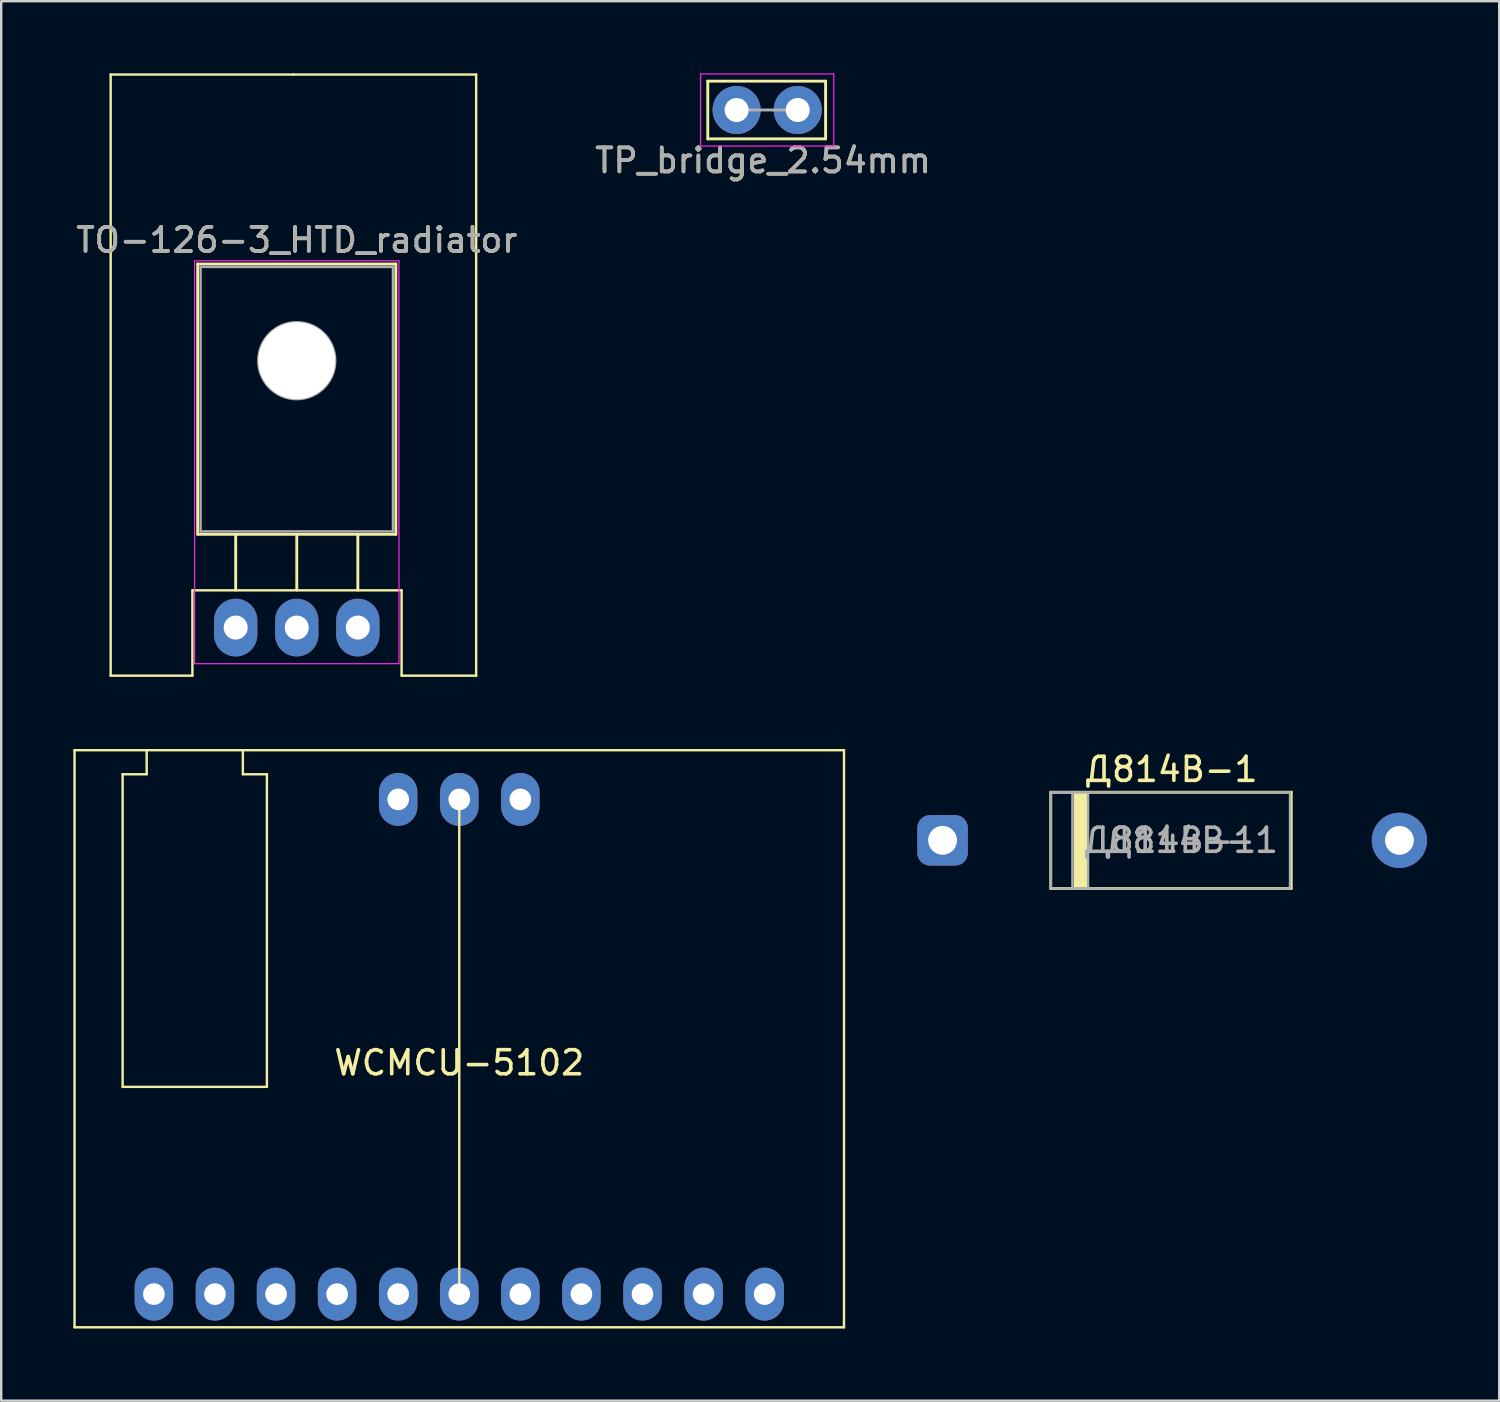
<source format=kicad_pcb>
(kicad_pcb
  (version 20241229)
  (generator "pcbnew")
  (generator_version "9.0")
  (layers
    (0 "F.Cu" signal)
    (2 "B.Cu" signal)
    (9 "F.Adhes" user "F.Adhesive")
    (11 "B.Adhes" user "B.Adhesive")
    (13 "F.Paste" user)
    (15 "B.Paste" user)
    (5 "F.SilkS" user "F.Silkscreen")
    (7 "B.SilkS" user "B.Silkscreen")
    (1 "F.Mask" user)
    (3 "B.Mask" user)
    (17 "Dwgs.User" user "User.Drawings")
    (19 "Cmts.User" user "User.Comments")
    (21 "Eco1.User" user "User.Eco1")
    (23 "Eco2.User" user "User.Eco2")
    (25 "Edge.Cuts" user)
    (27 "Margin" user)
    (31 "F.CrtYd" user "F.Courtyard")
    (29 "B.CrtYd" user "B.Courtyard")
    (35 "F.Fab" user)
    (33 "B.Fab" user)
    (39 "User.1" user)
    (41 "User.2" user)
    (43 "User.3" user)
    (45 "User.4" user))
  (footprint "Д814В-1"
    (layer "F.Cu")
    (at 45.65 31.898)
    (property "Reference" "Д814В-1" (at 0 -2.95 0) (layer "F.SilkS") (effects (font (size 1 1) (thickness 0.15))))
    (property "Value" "Д814В-1" (at 0 3.1 0) (layer "F.SilkS") (hide yes) (effects (font (size 1 1) (thickness 0.15))))
    (attr through_hole)
    (fp_line (start -5 2) (end -5 -2) (stroke (width 0.12) (type solid)) (layer "F.SilkS"))
    (fp_line (start -5 2) (end 5 2) (stroke (width 0.12) (type solid)) (layer "F.SilkS"))
    (fp_line (start 5 -2) (end -5 -2) (stroke (width 0.12) (type solid)) (layer "F.SilkS"))
    (fp_line (start 5 2) (end 5 -2) (stroke (width 0.12) (type solid)) (layer "F.SilkS"))
    (fp_rect (start -4 -2) (end -3.5 2) (stroke (width 0.1) (type solid)) (fill yes) (layer "F.SilkS"))
    (fp_line (start -5 -2) (end -5 2) (stroke (width 0.1) (type default)) (layer "F.Fab"))
    (fp_line (start -5 2) (end 4.95 2) (stroke (width 0.1) (type default)) (layer "F.Fab"))
    (fp_line (start -4.1 -2) (end -5 -2) (stroke (width 0.1) (type default)) (layer "F.Fab"))
    (fp_line (start 4.95 -2) (end -5 -2) (stroke (width 0.1) (type default)) (layer "F.Fab"))
    (fp_line (start 4.95 2) (end 4.95 -2) (stroke (width 0.1) (type default)) (layer "F.Fab"))
    (fp_rect (start -4.1 -2) (end -3.45 2) (stroke (width 0.1) (type solid)) (fill no) (layer "F.Fab"))
    (fp_text user "${REFERENCE}" (at 0.85 0 0) (layer "F.Fab") (effects (font (size 1 1) (thickness 0.15))))
    (fp_text user "${VALUE}" (at -0.05 0 0) (layer "F.Fab") (effects (font (size 1 1) (thickness 0.15))))
    (pad "1" thru_hole roundrect (at -9.5 0) (size 2.1 2.1) (drill 1.2) (layers "*.Cu" "*.Mask") (roundrect_rratio 0.25))
    (pad "2" thru_hole oval (at 9.5 0) (size 2.3 2.3) (drill 1.2) (layers "*.Cu" "*.Mask")))
  (footprint "TP_bridge_2.54mm"
    (layer "F.Cu")
    (at 27.585 1.525)
    (property "Reference" "TP_bridge_2.54mm" (at 1.1 2.1 0) (layer "F.SilkS") (effects (font (size 1 1) (thickness 0.15))))
    (attr through_hole)
    (fp_line (start -1.2 -1.2) (end -1.2 1.2) (stroke (width 0.12) (type solid)) (layer "F.SilkS"))
    (fp_line (start -1.2 1.2) (end 3.7 1.2) (stroke (width 0.12) (type solid)) (layer "F.SilkS"))
    (fp_line (start 3.7 -1.2) (end -1.2 -1.2) (stroke (width 0.12) (type solid)) (layer "F.SilkS"))
    (fp_line (start 3.7 1.2) (end 3.7 -1.2) (stroke (width 0.12) (type solid)) (layer "F.SilkS"))
    (fp_line (start -1.5 -1.5) (end -1.5 1.5) (stroke (width 0.05) (type solid)) (layer "F.CrtYd"))
    (fp_line (start -1.5 -1.5) (end 4.04 -1.5) (stroke (width 0.05) (type solid)) (layer "F.CrtYd"))
    (fp_line (start 4.04 1.5) (end -1.5 1.5) (stroke (width 0.05) (type solid)) (layer "F.CrtYd"))
    (fp_line (start 4.04 1.5) (end 4.04 -1.5) (stroke (width 0.05) (type solid)) (layer "F.CrtYd"))
    (fp_line (start 2.54 0) (end 0 0) (stroke (width 0.12) (type solid)) (layer "F.Fab"))
    (fp_text user "${REFERENCE}" (at 1.1 2.1 0) (layer "F.Fab") (effects (font (size 1 1) (thickness 0.15))))
    (pad "1" thru_hole circle (at 0 0) (size 2 2) (drill 1) (layers "*.Cu" "*.Mask"))
    (pad "1" thru_hole circle (at 2.54 0) (size 2 2) (drill 1) (layers "*.Cu" "*.Mask")))
  (footprint "WCMCU-5102"
    (layer "F.Cu")
    (at 16.05 43.15)
    (property "Reference" "WCMCU-5102" (at 0 -2 180) (layer "F.SilkS") (effects (font (size 1 1) (thickness 0.15))))
    (attr through_hole)
    (fp_line (start -16 -15) (end -16 9) (stroke (width 0.1) (type default)) (layer "F.SilkS"))
    (fp_line (start -14 -14) (end -14 -1) (stroke (width 0.1) (type default)) (layer "F.SilkS"))
    (fp_line (start -14 -14) (end -13 -14) (stroke (width 0.1) (type default)) (layer "F.SilkS"))
    (fp_line (start -14 -1) (end -8 -1) (stroke (width 0.1) (type default)) (layer "F.SilkS"))
    (fp_line (start -13 -14) (end -13 -15) (stroke (width 0.1) (type default)) (layer "F.SilkS"))
    (fp_line (start -9 -14) (end -9 -15) (stroke (width 0.1) (type default)) (layer "F.SilkS"))
    (fp_line (start -8 -14) (end -9 -14) (stroke (width 0.1) (type default)) (layer "F.SilkS"))
    (fp_line (start -8 -1) (end -8 -14) (stroke (width 0.1) (type default)) (layer "F.SilkS"))
    (fp_line (start 0 7.366) (end 0 -12.954) (stroke (width 0.1) (type default)) (layer "F.SilkS"))
    (fp_line (start 16 -15) (end -16 -15) (stroke (width 0.1) (type default)) (layer "F.SilkS"))
    (fp_line (start 16 9) (end -16 9) (stroke (width 0.1) (type default)) (layer "F.SilkS"))
    (fp_line (start 16 9) (end 16 -15) (stroke (width 0.1) (type default)) (layer "F.SilkS"))
    (pad "1" thru_hole oval (at -12.7 7.62) (size 1.6 2.2) (drill 0.9) (layers "*.Cu" "*.Mask"))
    (pad "2" thru_hole oval (at -10.16 7.62) (size 1.6 2.2) (drill 0.9) (layers "*.Cu" "*.Mask"))
    (pad "3" thru_hole oval (at -7.62 7.62) (size 1.6 2.2) (drill 0.9) (layers "*.Cu" "*.Mask"))
    (pad "4" thru_hole oval (at -5.08 7.62) (size 1.6 2.2) (drill 0.9) (layers "*.Cu" "*.Mask"))
    (pad "5" thru_hole oval (at -2.54 7.62) (size 1.6 2.2) (drill 0.9) (layers "*.Cu" "*.Mask"))
    (pad "6" thru_hole oval (at 0 7.62) (size 1.6 2.2) (drill 0.9) (layers "*.Cu" "*.Mask"))
    (pad "7" thru_hole oval (at 2.54 7.62) (size 1.6 2.2) (drill 0.9) (layers "*.Cu" "*.Mask"))
    (pad "8" thru_hole oval (at 5.08 7.62) (size 1.6 2.2) (drill 0.9) (layers "*.Cu" "*.Mask"))
    (pad "9" thru_hole oval (at 7.62 7.62) (size 1.6 2.2) (drill 0.9) (layers "*.Cu" "*.Mask"))
    (pad "10" thru_hole oval (at 10.16 7.62) (size 1.6 2.2) (drill 0.9) (layers "*.Cu" "*.Mask"))
    (pad "11" thru_hole oval (at 12.7 7.62) (size 1.6 2.2) (drill 0.9) (layers "*.Cu" "*.Mask"))
    (pad "12" thru_hole oval (at 2.54 -12.954) (size 1.6 2.2) (drill 0.9) (layers "*.Cu" "*.Mask"))
    (pad "13" thru_hole oval (at 0 -12.954) (size 1.6 2.2) (drill 0.9) (layers "*.Cu" "*.Mask"))
    (pad "14" thru_hole oval (at -2.54 -12.954) (size 1.6 2.2) (drill 0.9) (layers "*.Cu" "*.Mask")))
  (footprint "TO-126-3_HTD_radiator"
    (layer "F.Cu")
    (at 6.752 23.05)
    (property "Reference" "TO-126-3_HTD_radiator" (at 2.54 -16.12 0) (layer "F.SilkS") (effects (font (size 1 1) (thickness 0.15))))
    (attr through_hole)
    (fp_line (start -5.2 -23) (end -5.2 2) (stroke (width 0.1) (type default)) (layer "F.SilkS"))
    (fp_line (start -5.2 -23) (end 2.4 -23) (stroke (width 0.1) (type default)) (layer "F.SilkS"))
    (fp_line (start -1.8 -1.55) (end -1.8 2) (stroke (width 0.1) (type default)) (layer "F.SilkS"))
    (fp_line (start -1.8 2) (end -5.2 2) (stroke (width 0.1) (type default)) (layer "F.SilkS"))
    (fp_line (start -1.58 -15.12) (end -1.58 -3.88) (stroke (width 0.12) (type solid)) (layer "F.SilkS"))
    (fp_line (start -1.58 -15.12) (end 6.66 -15.12) (stroke (width 0.12) (type solid)) (layer "F.SilkS"))
    (fp_line (start -1.58 -3.88) (end 6.66 -3.88) (stroke (width 0.12) (type solid)) (layer "F.SilkS"))
    (fp_line (start 0 -3.88) (end 0 -1.56) (stroke (width 0.12) (type solid)) (layer "F.SilkS"))
    (fp_line (start 2.4 -23) (end 10 -23) (stroke (width 0.1) (type default)) (layer "F.SilkS"))
    (fp_line (start 2.54 -3.88) (end 2.54 -1.56) (stroke (width 0.12) (type solid)) (layer "F.SilkS"))
    (fp_line (start 5.08 -3.88) (end 5.08 -1.56) (stroke (width 0.12) (type solid)) (layer "F.SilkS"))
    (fp_line (start 6.66 -15.12) (end 6.66 -3.88) (stroke (width 0.12) (type solid)) (layer "F.SilkS"))
    (fp_line (start 6.9 -1.55) (end -1.8 -1.55) (stroke (width 0.1) (type default)) (layer "F.SilkS"))
    (fp_line (start 6.9 2) (end 6.9 -1.55) (stroke (width 0.1) (type default)) (layer "F.SilkS"))
    (fp_line (start 10 -23) (end 10 2) (stroke (width 0.1) (type default)) (layer "F.SilkS"))
    (fp_line (start 10 2) (end 6.9 2) (stroke (width 0.1) (type default)) (layer "F.SilkS"))
    (fp_line (start -1.71 -15.25) (end -1.71 1.5) (stroke (width 0.05) (type solid)) (layer "F.CrtYd"))
    (fp_line (start -1.71 1.5) (end 6.79 1.5) (stroke (width 0.05) (type solid)) (layer "F.CrtYd"))
    (fp_line (start 6.79 -15.25) (end -1.71 -15.25) (stroke (width 0.05) (type solid)) (layer "F.CrtYd"))
    (fp_line (start 6.79 1.5) (end 6.79 -15.25) (stroke (width 0.05) (type solid)) (layer "F.CrtYd"))
    (fp_line (start -1.46 -15) (end 6.54 -15) (stroke (width 0.1) (type solid)) (layer "F.Fab"))
    (fp_line (start -1.46 -4) (end -1.46 -15) (stroke (width 0.1) (type solid)) (layer "F.Fab"))
    (fp_line (start 6.54 -15) (end 6.54 -4) (stroke (width 0.1) (type solid)) (layer "F.Fab"))
    (fp_line (start 6.54 -4) (end -1.46 -4) (stroke (width 0.1) (type solid)) (layer "F.Fab"))
    (fp_circle (center 2.54 -11.1) (end 4.14 -11.1) (stroke (width 0.1) (type solid)) (fill no) (layer "F.Fab"))
    (fp_text user "${REFERENCE}" (at 2.54 -16.12 0) (layer "F.Fab") (effects (font (size 1 1) (thickness 0.15))))
    (pad "" np_thru_hole oval (at 2.54 -11.1) (size 3.2 3.2) (drill 3.2) (layers "*.Cu" "*.Mask"))
    (pad "1" thru_hole oval (at 0 0) (size 1.8 2.4) (drill 1) (layers "*.Cu" "*.Mask"))
    (pad "2" thru_hole oval (at 2.54 0) (size 1.8 2.4) (drill 1) (layers "*.Cu" "*.Mask"))
    (pad "3" thru_hole oval (at 5.08 0) (size 1.8 2.4) (drill 1) (layers "*.Cu" "*.Mask")))
  (gr_rect
    (start -3 -3)
    (end 59.3 55.2)
    (stroke (width 0.1) (type default))
    (fill no)
    (layer "Edge.Cuts")))
</source>
